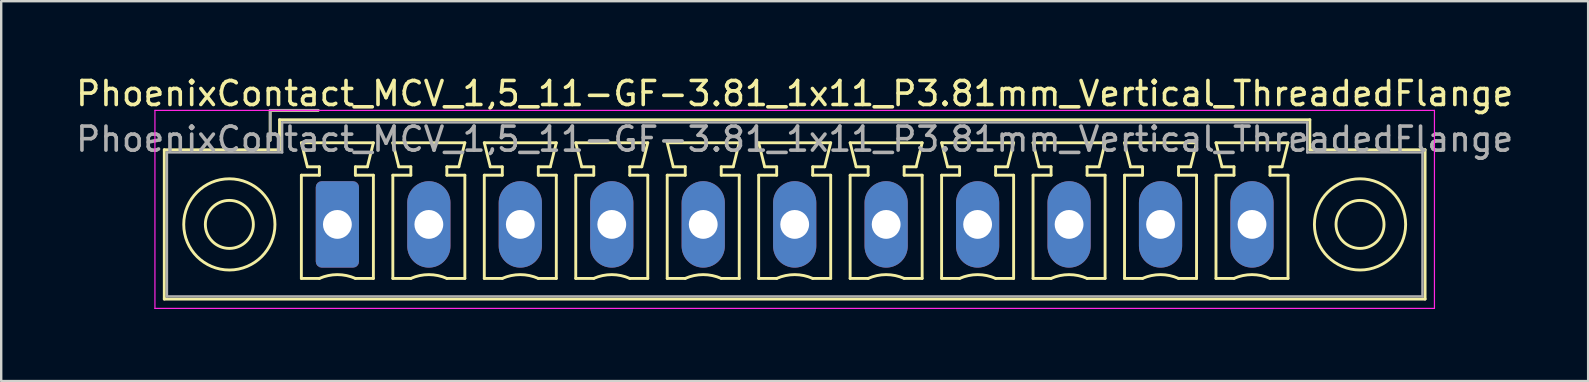
<source format=kicad_pcb>
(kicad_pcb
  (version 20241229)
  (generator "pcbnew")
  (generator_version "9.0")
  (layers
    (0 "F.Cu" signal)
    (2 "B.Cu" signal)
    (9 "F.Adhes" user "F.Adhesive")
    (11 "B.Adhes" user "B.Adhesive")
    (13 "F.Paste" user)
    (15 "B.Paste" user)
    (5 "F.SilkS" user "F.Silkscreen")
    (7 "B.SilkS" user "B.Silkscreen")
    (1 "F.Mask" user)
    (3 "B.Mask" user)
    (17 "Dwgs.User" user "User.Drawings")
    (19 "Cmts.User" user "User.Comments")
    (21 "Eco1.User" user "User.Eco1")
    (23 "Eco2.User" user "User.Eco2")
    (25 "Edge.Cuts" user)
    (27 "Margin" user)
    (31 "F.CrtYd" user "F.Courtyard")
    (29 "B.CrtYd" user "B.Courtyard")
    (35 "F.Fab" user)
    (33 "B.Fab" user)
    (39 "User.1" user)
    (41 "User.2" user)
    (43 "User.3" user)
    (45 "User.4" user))
  (footprint "PhoenixContact_MCV_1,5_11-GF-3.81_1x11_P3.81mm_Vertical_ThreadedFlange"
    (layer "F.Cu")
    (at 11.004 6.298)
    (property "Reference" "PhoenixContact_MCV_1,5_11-GF-3.81_1x11_P3.81mm_Vertical_ThreadedFlange" (at 19.05 -5.45 0) (layer "F.SilkS") (effects (font (size 1 1) (thickness 0.15))))
    (attr through_hole)
    (fp_line (start -7.21 -3.11) (end -7.21 3.11) (stroke (width 0.12) (type solid)) (layer "F.SilkS"))
    (fp_line (start -7.21 3.11) (end 45.31 3.11) (stroke (width 0.12) (type solid)) (layer "F.SilkS"))
    (fp_line (start -2.8 -4.75) (end -0.8 -4.75) (stroke (width 0.12) (type solid)) (layer "F.SilkS"))
    (fp_line (start -2.8 -3.5) (end -2.8 -4.75) (stroke (width 0.12) (type solid)) (layer "F.SilkS"))
    (fp_line (start -2.41 -4.36) (end -2.41 -3.11) (stroke (width 0.12) (type solid)) (layer "F.SilkS"))
    (fp_line (start -2.41 -3.11) (end -7.21 -3.11) (stroke (width 0.12) (type solid)) (layer "F.SilkS"))
    (fp_line (start -1.5 -3.4) (end 1.5 -3.4) (stroke (width 0.12) (type solid)) (layer "F.SilkS"))
    (fp_line (start -1.5 -2.05) (end -0.75 -2.05) (stroke (width 0.12) (type solid)) (layer "F.SilkS"))
    (fp_line (start -1.5 2.25) (end -1.5 -2.05) (stroke (width 0.12) (type solid)) (layer "F.SilkS"))
    (fp_line (start -1.25 -2.4) (end -1.5 -3.4) (stroke (width 0.12) (type solid)) (layer "F.SilkS"))
    (fp_line (start -0.75 -2.4) (end -1.25 -2.4) (stroke (width 0.12) (type solid)) (layer "F.SilkS"))
    (fp_line (start -0.75 -2.05) (end -0.75 -2.4) (stroke (width 0.12) (type solid)) (layer "F.SilkS"))
    (fp_line (start -0.75 2.25) (end -1.5 2.25) (stroke (width 0.12) (type solid)) (layer "F.SilkS"))
    (fp_line (start 0.75 -2.4) (end 0.75 -2.05) (stroke (width 0.12) (type solid)) (layer "F.SilkS"))
    (fp_line (start 0.75 -2.05) (end 1.5 -2.05) (stroke (width 0.12) (type solid)) (layer "F.SilkS"))
    (fp_line (start 1.25 -2.4) (end 0.75 -2.4) (stroke (width 0.12) (type solid)) (layer "F.SilkS"))
    (fp_line (start 1.5 -3.4) (end 1.25 -2.4) (stroke (width 0.12) (type solid)) (layer "F.SilkS"))
    (fp_line (start 1.5 -2.05) (end 1.5 2.25) (stroke (width 0.12) (type solid)) (layer "F.SilkS"))
    (fp_line (start 1.5 2.25) (end 0.75 2.25) (stroke (width 0.12) (type solid)) (layer "F.SilkS"))
    (fp_line (start 2.31 -3.4) (end 5.31 -3.4) (stroke (width 0.12) (type solid)) (layer "F.SilkS"))
    (fp_line (start 2.31 -2.05) (end 3.06 -2.05) (stroke (width 0.12) (type solid)) (layer "F.SilkS"))
    (fp_line (start 2.31 2.25) (end 2.31 -2.05) (stroke (width 0.12) (type solid)) (layer "F.SilkS"))
    (fp_line (start 2.56 -2.4) (end 2.31 -3.4) (stroke (width 0.12) (type solid)) (layer "F.SilkS"))
    (fp_line (start 3.06 -2.4) (end 2.56 -2.4) (stroke (width 0.12) (type solid)) (layer "F.SilkS"))
    (fp_line (start 3.06 -2.05) (end 3.06 -2.4) (stroke (width 0.12) (type solid)) (layer "F.SilkS"))
    (fp_line (start 3.06 2.25) (end 2.31 2.25) (stroke (width 0.12) (type solid)) (layer "F.SilkS"))
    (fp_line (start 4.56 -2.4) (end 4.56 -2.05) (stroke (width 0.12) (type solid)) (layer "F.SilkS"))
    (fp_line (start 4.56 -2.05) (end 5.31 -2.05) (stroke (width 0.12) (type solid)) (layer "F.SilkS"))
    (fp_line (start 5.06 -2.4) (end 4.56 -2.4) (stroke (width 0.12) (type solid)) (layer "F.SilkS"))
    (fp_line (start 5.31 -3.4) (end 5.06 -2.4) (stroke (width 0.12) (type solid)) (layer "F.SilkS"))
    (fp_line (start 5.31 -2.05) (end 5.31 2.25) (stroke (width 0.12) (type solid)) (layer "F.SilkS"))
    (fp_line (start 5.31 2.25) (end 4.56 2.25) (stroke (width 0.12) (type solid)) (layer "F.SilkS"))
    (fp_line (start 6.12 -3.4) (end 9.12 -3.4) (stroke (width 0.12) (type solid)) (layer "F.SilkS"))
    (fp_line (start 6.12 -2.05) (end 6.87 -2.05) (stroke (width 0.12) (type solid)) (layer "F.SilkS"))
    (fp_line (start 6.12 2.25) (end 6.12 -2.05) (stroke (width 0.12) (type solid)) (layer "F.SilkS"))
    (fp_line (start 6.37 -2.4) (end 6.12 -3.4) (stroke (width 0.12) (type solid)) (layer "F.SilkS"))
    (fp_line (start 6.87 -2.4) (end 6.37 -2.4) (stroke (width 0.12) (type solid)) (layer "F.SilkS"))
    (fp_line (start 6.87 -2.05) (end 6.87 -2.4) (stroke (width 0.12) (type solid)) (layer "F.SilkS"))
    (fp_line (start 6.87 2.25) (end 6.12 2.25) (stroke (width 0.12) (type solid)) (layer "F.SilkS"))
    (fp_line (start 8.37 -2.4) (end 8.37 -2.05) (stroke (width 0.12) (type solid)) (layer "F.SilkS"))
    (fp_line (start 8.37 -2.05) (end 9.12 -2.05) (stroke (width 0.12) (type solid)) (layer "F.SilkS"))
    (fp_line (start 8.87 -2.4) (end 8.37 -2.4) (stroke (width 0.12) (type solid)) (layer "F.SilkS"))
    (fp_line (start 9.12 -3.4) (end 8.87 -2.4) (stroke (width 0.12) (type solid)) (layer "F.SilkS"))
    (fp_line (start 9.12 -2.05) (end 9.12 2.25) (stroke (width 0.12) (type solid)) (layer "F.SilkS"))
    (fp_line (start 9.12 2.25) (end 8.37 2.25) (stroke (width 0.12) (type solid)) (layer "F.SilkS"))
    (fp_line (start 9.93 -3.4) (end 12.93 -3.4) (stroke (width 0.12) (type solid)) (layer "F.SilkS"))
    (fp_line (start 9.93 -2.05) (end 10.68 -2.05) (stroke (width 0.12) (type solid)) (layer "F.SilkS"))
    (fp_line (start 9.93 2.25) (end 9.93 -2.05) (stroke (width 0.12) (type solid)) (layer "F.SilkS"))
    (fp_line (start 10.18 -2.4) (end 9.93 -3.4) (stroke (width 0.12) (type solid)) (layer "F.SilkS"))
    (fp_line (start 10.68 -2.4) (end 10.18 -2.4) (stroke (width 0.12) (type solid)) (layer "F.SilkS"))
    (fp_line (start 10.68 -2.05) (end 10.68 -2.4) (stroke (width 0.12) (type solid)) (layer "F.SilkS"))
    (fp_line (start 10.68 2.25) (end 9.93 2.25) (stroke (width 0.12) (type solid)) (layer "F.SilkS"))
    (fp_line (start 12.18 -2.4) (end 12.18 -2.05) (stroke (width 0.12) (type solid)) (layer "F.SilkS"))
    (fp_line (start 12.18 -2.05) (end 12.93 -2.05) (stroke (width 0.12) (type solid)) (layer "F.SilkS"))
    (fp_line (start 12.68 -2.4) (end 12.18 -2.4) (stroke (width 0.12) (type solid)) (layer "F.SilkS"))
    (fp_line (start 12.93 -3.4) (end 12.68 -2.4) (stroke (width 0.12) (type solid)) (layer "F.SilkS"))
    (fp_line (start 12.93 -2.05) (end 12.93 2.25) (stroke (width 0.12) (type solid)) (layer "F.SilkS"))
    (fp_line (start 12.93 2.25) (end 12.18 2.25) (stroke (width 0.12) (type solid)) (layer "F.SilkS"))
    (fp_line (start 13.74 -3.4) (end 16.74 -3.4) (stroke (width 0.12) (type solid)) (layer "F.SilkS"))
    (fp_line (start 13.74 -2.05) (end 14.49 -2.05) (stroke (width 0.12) (type solid)) (layer "F.SilkS"))
    (fp_line (start 13.74 2.25) (end 13.74 -2.05) (stroke (width 0.12) (type solid)) (layer "F.SilkS"))
    (fp_line (start 13.99 -2.4) (end 13.74 -3.4) (stroke (width 0.12) (type solid)) (layer "F.SilkS"))
    (fp_line (start 14.49 -2.4) (end 13.99 -2.4) (stroke (width 0.12) (type solid)) (layer "F.SilkS"))
    (fp_line (start 14.49 -2.05) (end 14.49 -2.4) (stroke (width 0.12) (type solid)) (layer "F.SilkS"))
    (fp_line (start 14.49 2.25) (end 13.74 2.25) (stroke (width 0.12) (type solid)) (layer "F.SilkS"))
    (fp_line (start 15.99 -2.4) (end 15.99 -2.05) (stroke (width 0.12) (type solid)) (layer "F.SilkS"))
    (fp_line (start 15.99 -2.05) (end 16.74 -2.05) (stroke (width 0.12) (type solid)) (layer "F.SilkS"))
    (fp_line (start 16.49 -2.4) (end 15.99 -2.4) (stroke (width 0.12) (type solid)) (layer "F.SilkS"))
    (fp_line (start 16.74 -3.4) (end 16.49 -2.4) (stroke (width 0.12) (type solid)) (layer "F.SilkS"))
    (fp_line (start 16.74 -2.05) (end 16.74 2.25) (stroke (width 0.12) (type solid)) (layer "F.SilkS"))
    (fp_line (start 16.74 2.25) (end 15.99 2.25) (stroke (width 0.12) (type solid)) (layer "F.SilkS"))
    (fp_line (start 17.55 -3.4) (end 20.55 -3.4) (stroke (width 0.12) (type solid)) (layer "F.SilkS"))
    (fp_line (start 17.55 -2.05) (end 18.3 -2.05) (stroke (width 0.12) (type solid)) (layer "F.SilkS"))
    (fp_line (start 17.55 2.25) (end 17.55 -2.05) (stroke (width 0.12) (type solid)) (layer "F.SilkS"))
    (fp_line (start 17.8 -2.4) (end 17.55 -3.4) (stroke (width 0.12) (type solid)) (layer "F.SilkS"))
    (fp_line (start 18.3 -2.4) (end 17.8 -2.4) (stroke (width 0.12) (type solid)) (layer "F.SilkS"))
    (fp_line (start 18.3 -2.05) (end 18.3 -2.4) (stroke (width 0.12) (type solid)) (layer "F.SilkS"))
    (fp_line (start 18.3 2.25) (end 17.55 2.25) (stroke (width 0.12) (type solid)) (layer "F.SilkS"))
    (fp_line (start 19.8 -2.4) (end 19.8 -2.05) (stroke (width 0.12) (type solid)) (layer "F.SilkS"))
    (fp_line (start 19.8 -2.05) (end 20.55 -2.05) (stroke (width 0.12) (type solid)) (layer "F.SilkS"))
    (fp_line (start 20.3 -2.4) (end 19.8 -2.4) (stroke (width 0.12) (type solid)) (layer "F.SilkS"))
    (fp_line (start 20.55 -3.4) (end 20.3 -2.4) (stroke (width 0.12) (type solid)) (layer "F.SilkS"))
    (fp_line (start 20.55 -2.05) (end 20.55 2.25) (stroke (width 0.12) (type solid)) (layer "F.SilkS"))
    (fp_line (start 20.55 2.25) (end 19.8 2.25) (stroke (width 0.12) (type solid)) (layer "F.SilkS"))
    (fp_line (start 21.36 -3.4) (end 24.36 -3.4) (stroke (width 0.12) (type solid)) (layer "F.SilkS"))
    (fp_line (start 21.36 -2.05) (end 22.11 -2.05) (stroke (width 0.12) (type solid)) (layer "F.SilkS"))
    (fp_line (start 21.36 2.25) (end 21.36 -2.05) (stroke (width 0.12) (type solid)) (layer "F.SilkS"))
    (fp_line (start 21.61 -2.4) (end 21.36 -3.4) (stroke (width 0.12) (type solid)) (layer "F.SilkS"))
    (fp_line (start 22.11 -2.4) (end 21.61 -2.4) (stroke (width 0.12) (type solid)) (layer "F.SilkS"))
    (fp_line (start 22.11 -2.05) (end 22.11 -2.4) (stroke (width 0.12) (type solid)) (layer "F.SilkS"))
    (fp_line (start 22.11 2.25) (end 21.36 2.25) (stroke (width 0.12) (type solid)) (layer "F.SilkS"))
    (fp_line (start 23.61 -2.4) (end 23.61 -2.05) (stroke (width 0.12) (type solid)) (layer "F.SilkS"))
    (fp_line (start 23.61 -2.05) (end 24.36 -2.05) (stroke (width 0.12) (type solid)) (layer "F.SilkS"))
    (fp_line (start 24.11 -2.4) (end 23.61 -2.4) (stroke (width 0.12) (type solid)) (layer "F.SilkS"))
    (fp_line (start 24.36 -3.4) (end 24.11 -2.4) (stroke (width 0.12) (type solid)) (layer "F.SilkS"))
    (fp_line (start 24.36 -2.05) (end 24.36 2.25) (stroke (width 0.12) (type solid)) (layer "F.SilkS"))
    (fp_line (start 24.36 2.25) (end 23.61 2.25) (stroke (width 0.12) (type solid)) (layer "F.SilkS"))
    (fp_line (start 25.17 -3.4) (end 28.17 -3.4) (stroke (width 0.12) (type solid)) (layer "F.SilkS"))
    (fp_line (start 25.17 -2.05) (end 25.92 -2.05) (stroke (width 0.12) (type solid)) (layer "F.SilkS"))
    (fp_line (start 25.17 2.25) (end 25.17 -2.05) (stroke (width 0.12) (type solid)) (layer "F.SilkS"))
    (fp_line (start 25.42 -2.4) (end 25.17 -3.4) (stroke (width 0.12) (type solid)) (layer "F.SilkS"))
    (fp_line (start 25.92 -2.4) (end 25.42 -2.4) (stroke (width 0.12) (type solid)) (layer "F.SilkS"))
    (fp_line (start 25.92 -2.05) (end 25.92 -2.4) (stroke (width 0.12) (type solid)) (layer "F.SilkS"))
    (fp_line (start 25.92 2.25) (end 25.17 2.25) (stroke (width 0.12) (type solid)) (layer "F.SilkS"))
    (fp_line (start 27.42 -2.4) (end 27.42 -2.05) (stroke (width 0.12) (type solid)) (layer "F.SilkS"))
    (fp_line (start 27.42 -2.05) (end 28.17 -2.05) (stroke (width 0.12) (type solid)) (layer "F.SilkS"))
    (fp_line (start 27.92 -2.4) (end 27.42 -2.4) (stroke (width 0.12) (type solid)) (layer "F.SilkS"))
    (fp_line (start 28.17 -3.4) (end 27.92 -2.4) (stroke (width 0.12) (type solid)) (layer "F.SilkS"))
    (fp_line (start 28.17 -2.05) (end 28.17 2.25) (stroke (width 0.12) (type solid)) (layer "F.SilkS"))
    (fp_line (start 28.17 2.25) (end 27.42 2.25) (stroke (width 0.12) (type solid)) (layer "F.SilkS"))
    (fp_line (start 28.98 -3.4) (end 31.98 -3.4) (stroke (width 0.12) (type solid)) (layer "F.SilkS"))
    (fp_line (start 28.98 -2.05) (end 29.73 -2.05) (stroke (width 0.12) (type solid)) (layer "F.SilkS"))
    (fp_line (start 28.98 2.25) (end 28.98 -2.05) (stroke (width 0.12) (type solid)) (layer "F.SilkS"))
    (fp_line (start 29.23 -2.4) (end 28.98 -3.4) (stroke (width 0.12) (type solid)) (layer "F.SilkS"))
    (fp_line (start 29.73 -2.4) (end 29.23 -2.4) (stroke (width 0.12) (type solid)) (layer "F.SilkS"))
    (fp_line (start 29.73 -2.05) (end 29.73 -2.4) (stroke (width 0.12) (type solid)) (layer "F.SilkS"))
    (fp_line (start 29.73 2.25) (end 28.98 2.25) (stroke (width 0.12) (type solid)) (layer "F.SilkS"))
    (fp_line (start 31.23 -2.4) (end 31.23 -2.05) (stroke (width 0.12) (type solid)) (layer "F.SilkS"))
    (fp_line (start 31.23 -2.05) (end 31.98 -2.05) (stroke (width 0.12) (type solid)) (layer "F.SilkS"))
    (fp_line (start 31.73 -2.4) (end 31.23 -2.4) (stroke (width 0.12) (type solid)) (layer "F.SilkS"))
    (fp_line (start 31.98 -3.4) (end 31.73 -2.4) (stroke (width 0.12) (type solid)) (layer "F.SilkS"))
    (fp_line (start 31.98 -2.05) (end 31.98 2.25) (stroke (width 0.12) (type solid)) (layer "F.SilkS"))
    (fp_line (start 31.98 2.25) (end 31.23 2.25) (stroke (width 0.12) (type solid)) (layer "F.SilkS"))
    (fp_line (start 32.79 -3.4) (end 35.79 -3.4) (stroke (width 0.12) (type solid)) (layer "F.SilkS"))
    (fp_line (start 32.79 -2.05) (end 33.54 -2.05) (stroke (width 0.12) (type solid)) (layer "F.SilkS"))
    (fp_line (start 32.79 2.25) (end 32.79 -2.05) (stroke (width 0.12) (type solid)) (layer "F.SilkS"))
    (fp_line (start 33.04 -2.4) (end 32.79 -3.4) (stroke (width 0.12) (type solid)) (layer "F.SilkS"))
    (fp_line (start 33.54 -2.4) (end 33.04 -2.4) (stroke (width 0.12) (type solid)) (layer "F.SilkS"))
    (fp_line (start 33.54 -2.05) (end 33.54 -2.4) (stroke (width 0.12) (type solid)) (layer "F.SilkS"))
    (fp_line (start 33.54 2.25) (end 32.79 2.25) (stroke (width 0.12) (type solid)) (layer "F.SilkS"))
    (fp_line (start 35.04 -2.4) (end 35.04 -2.05) (stroke (width 0.12) (type solid)) (layer "F.SilkS"))
    (fp_line (start 35.04 -2.05) (end 35.79 -2.05) (stroke (width 0.12) (type solid)) (layer "F.SilkS"))
    (fp_line (start 35.54 -2.4) (end 35.04 -2.4) (stroke (width 0.12) (type solid)) (layer "F.SilkS"))
    (fp_line (start 35.79 -3.4) (end 35.54 -2.4) (stroke (width 0.12) (type solid)) (layer "F.SilkS"))
    (fp_line (start 35.79 -2.05) (end 35.79 2.25) (stroke (width 0.12) (type solid)) (layer "F.SilkS"))
    (fp_line (start 35.79 2.25) (end 35.04 2.25) (stroke (width 0.12) (type solid)) (layer "F.SilkS"))
    (fp_line (start 36.6 -3.4) (end 39.6 -3.4) (stroke (width 0.12) (type solid)) (layer "F.SilkS"))
    (fp_line (start 36.6 -2.05) (end 37.35 -2.05) (stroke (width 0.12) (type solid)) (layer "F.SilkS"))
    (fp_line (start 36.6 2.25) (end 36.6 -2.05) (stroke (width 0.12) (type solid)) (layer "F.SilkS"))
    (fp_line (start 36.85 -2.4) (end 36.6 -3.4) (stroke (width 0.12) (type solid)) (layer "F.SilkS"))
    (fp_line (start 37.35 -2.4) (end 36.85 -2.4) (stroke (width 0.12) (type solid)) (layer "F.SilkS"))
    (fp_line (start 37.35 -2.05) (end 37.35 -2.4) (stroke (width 0.12) (type solid)) (layer "F.SilkS"))
    (fp_line (start 37.35 2.25) (end 36.6 2.25) (stroke (width 0.12) (type solid)) (layer "F.SilkS"))
    (fp_line (start 38.85 -2.4) (end 38.85 -2.05) (stroke (width 0.12) (type solid)) (layer "F.SilkS"))
    (fp_line (start 38.85 -2.05) (end 39.6 -2.05) (stroke (width 0.12) (type solid)) (layer "F.SilkS"))
    (fp_line (start 39.35 -2.4) (end 38.85 -2.4) (stroke (width 0.12) (type solid)) (layer "F.SilkS"))
    (fp_line (start 39.6 -3.4) (end 39.35 -2.4) (stroke (width 0.12) (type solid)) (layer "F.SilkS"))
    (fp_line (start 39.6 -2.05) (end 39.6 2.25) (stroke (width 0.12) (type solid)) (layer "F.SilkS"))
    (fp_line (start 39.6 2.25) (end 38.85 2.25) (stroke (width 0.12) (type solid)) (layer "F.SilkS"))
    (fp_line (start 40.51 -4.36) (end -2.41 -4.36) (stroke (width 0.12) (type solid)) (layer "F.SilkS"))
    (fp_line (start 40.51 -3.11) (end 40.51 -4.36) (stroke (width 0.12) (type solid)) (layer "F.SilkS"))
    (fp_line (start 45.31 -3.11) (end 40.51 -3.11) (stroke (width 0.12) (type solid)) (layer "F.SilkS"))
    (fp_line (start 45.31 3.11) (end 45.31 -3.11) (stroke (width 0.12) (type solid)) (layer "F.SilkS"))
    (fp_arc (start -0.75 2.25) (mid -0.000193 2.09191) (end 0.749647 2.249844) (stroke (width 0.12) (type solid)) (layer "F.SilkS"))
    (fp_arc (start 3.06 2.25) (mid 3.809807 2.09191) (end 4.559647 2.249844) (stroke (width 0.12) (type solid)) (layer "F.SilkS"))
    (fp_arc (start 6.87 2.25) (mid 7.619807 2.09191) (end 8.369647 2.249844) (stroke (width 0.12) (type solid)) (layer "F.SilkS"))
    (fp_arc (start 10.68 2.25) (mid 11.429807 2.09191) (end 12.179647 2.249844) (stroke (width 0.12) (type solid)) (layer "F.SilkS"))
    (fp_arc (start 14.49 2.25) (mid 15.239807 2.09191) (end 15.989647 2.249844) (stroke (width 0.12) (type solid)) (layer "F.SilkS"))
    (fp_arc (start 18.3 2.25) (mid 19.049807 2.09191) (end 19.799647 2.249844) (stroke (width 0.12) (type solid)) (layer "F.SilkS"))
    (fp_arc (start 22.11 2.25) (mid 22.859807 2.09191) (end 23.609647 2.249844) (stroke (width 0.12) (type solid)) (layer "F.SilkS"))
    (fp_arc (start 25.92 2.25) (mid 26.669807 2.09191) (end 27.419647 2.249844) (stroke (width 0.12) (type solid)) (layer "F.SilkS"))
    (fp_arc (start 29.73 2.25) (mid 30.479807 2.09191) (end 31.229647 2.249844) (stroke (width 0.12) (type solid)) (layer "F.SilkS"))
    (fp_arc (start 33.54 2.25) (mid 34.289807 2.09191) (end 35.039647 2.249844) (stroke (width 0.12) (type solid)) (layer "F.SilkS"))
    (fp_arc (start 37.35 2.25) (mid 38.099807 2.09191) (end 38.849647 2.249844) (stroke (width 0.12) (type solid)) (layer "F.SilkS"))
    (fp_circle (center -4.5 0) (end -3.5 0) (stroke (width 0.12) (type solid)) (fill no) (layer "F.SilkS"))
    (fp_circle (center -4.5 0) (end -2.6 0) (stroke (width 0.12) (type solid)) (fill no) (layer "F.SilkS"))
    (fp_circle (center 42.6 0) (end 43.6 0) (stroke (width 0.12) (type solid)) (fill no) (layer "F.SilkS"))
    (fp_circle (center 42.6 0) (end 44.5 0) (stroke (width 0.12) (type solid)) (fill no) (layer "F.SilkS"))
    (fp_line (start -7.6 -4.75) (end -7.6 3.5) (stroke (width 0.05) (type solid)) (layer "F.CrtYd"))
    (fp_line (start -7.6 3.5) (end 45.7 3.5) (stroke (width 0.05) (type solid)) (layer "F.CrtYd"))
    (fp_line (start 45.7 -4.75) (end -7.6 -4.75) (stroke (width 0.05) (type solid)) (layer "F.CrtYd"))
    (fp_line (start 45.7 3.5) (end 45.7 -4.75) (stroke (width 0.05) (type solid)) (layer "F.CrtYd"))
    (fp_line (start -7.1 -3) (end -7.1 3) (stroke (width 0.1) (type solid)) (layer "F.Fab"))
    (fp_line (start -7.1 3) (end 45.2 3) (stroke (width 0.1) (type solid)) (layer "F.Fab"))
    (fp_line (start -2.8 -4.75) (end -0.8 -4.75) (stroke (width 0.1) (type solid)) (layer "F.Fab"))
    (fp_line (start -2.8 -3.5) (end -2.8 -4.75) (stroke (width 0.1) (type solid)) (layer "F.Fab"))
    (fp_line (start -2.3 -4.25) (end -2.3 -3) (stroke (width 0.1) (type solid)) (layer "F.Fab"))
    (fp_line (start -2.3 -3) (end -7.1 -3) (stroke (width 0.1) (type solid)) (layer "F.Fab"))
    (fp_line (start 40.4 -4.25) (end -2.3 -4.25) (stroke (width 0.1) (type solid)) (layer "F.Fab"))
    (fp_line (start 40.4 -3) (end 40.4 -4.25) (stroke (width 0.1) (type solid)) (layer "F.Fab"))
    (fp_line (start 45.2 -3) (end 40.4 -3) (stroke (width 0.1) (type solid)) (layer "F.Fab"))
    (fp_line (start 45.2 3) (end 45.2 -3) (stroke (width 0.1) (type solid)) (layer "F.Fab"))
    (fp_text user "${REFERENCE}" (at 19.05 -3.55 0) (layer "F.Fab") (effects (font (size 1 1) (thickness 0.15))))
    (pad "1" thru_hole roundrect (at 0 0) (size 1.8 3.6) (drill 1.2) (layers "*.Cu" "*.Mask") (roundrect_rratio 0.139))
    (pad "2" thru_hole oval (at 3.81 0) (size 1.8 3.6) (drill 1.2) (layers "*.Cu" "*.Mask"))
    (pad "3" thru_hole oval (at 7.62 0) (size 1.8 3.6) (drill 1.2) (layers "*.Cu" "*.Mask"))
    (pad "4" thru_hole oval (at 11.43 0) (size 1.8 3.6) (drill 1.2) (layers "*.Cu" "*.Mask"))
    (pad "5" thru_hole oval (at 15.24 0) (size 1.8 3.6) (drill 1.2) (layers "*.Cu" "*.Mask"))
    (pad "6" thru_hole oval (at 19.05 0) (size 1.8 3.6) (drill 1.2) (layers "*.Cu" "*.Mask"))
    (pad "7" thru_hole oval (at 22.86 0) (size 1.8 3.6) (drill 1.2) (layers "*.Cu" "*.Mask"))
    (pad "8" thru_hole oval (at 26.67 0) (size 1.8 3.6) (drill 1.2) (layers "*.Cu" "*.Mask"))
    (pad "9" thru_hole oval (at 30.48 0) (size 1.8 3.6) (drill 1.2) (layers "*.Cu" "*.Mask"))
    (pad "10" thru_hole oval (at 34.29 0) (size 1.8 3.6) (drill 1.2) (layers "*.Cu" "*.Mask"))
    (pad "11" thru_hole oval (at 38.1 0) (size 1.8 3.6) (drill 1.2) (layers "*.Cu" "*.Mask")))
  (gr_rect
    (start -3 -3)
    (end 63.107 12.823)
    (stroke (width 0.1) (type default))
    (fill no)
    (layer "Edge.Cuts")))
</source>
